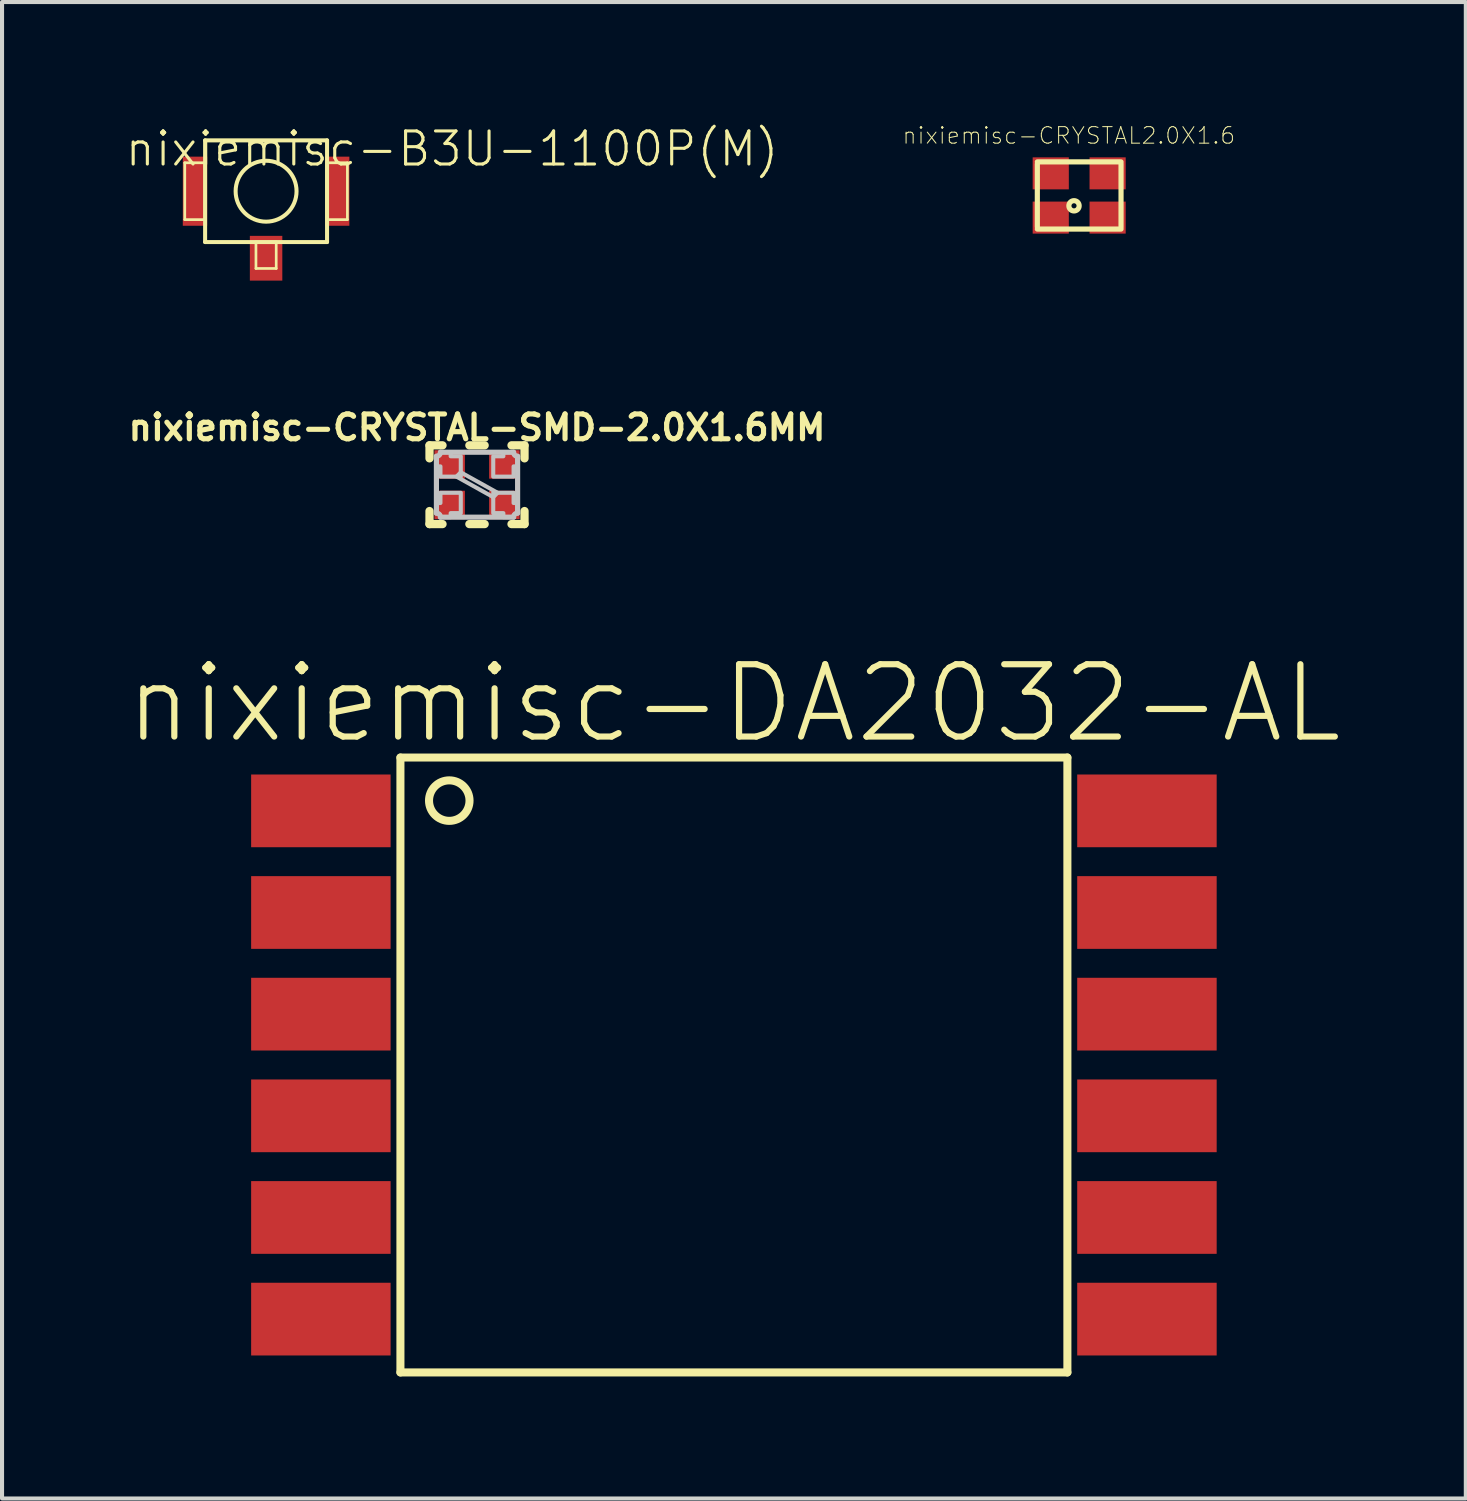
<source format=kicad_pcb>
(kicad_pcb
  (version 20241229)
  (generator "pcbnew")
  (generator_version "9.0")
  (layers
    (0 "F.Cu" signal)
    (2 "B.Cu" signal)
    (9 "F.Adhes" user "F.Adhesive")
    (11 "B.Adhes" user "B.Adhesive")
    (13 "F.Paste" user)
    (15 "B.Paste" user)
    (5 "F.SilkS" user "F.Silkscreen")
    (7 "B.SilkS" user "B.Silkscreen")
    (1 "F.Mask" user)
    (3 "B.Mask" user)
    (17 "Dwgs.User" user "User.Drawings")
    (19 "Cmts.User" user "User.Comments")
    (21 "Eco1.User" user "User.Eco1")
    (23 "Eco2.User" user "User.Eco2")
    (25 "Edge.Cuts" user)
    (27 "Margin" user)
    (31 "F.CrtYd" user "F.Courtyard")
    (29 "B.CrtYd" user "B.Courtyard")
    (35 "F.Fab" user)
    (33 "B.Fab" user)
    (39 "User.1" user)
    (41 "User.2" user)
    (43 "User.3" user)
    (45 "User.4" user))
  (footprint "nixiemisc-B3U-1100P(M)"
    (layer "F.Cu")
    (at 3.492 1.651)
    (property "Reference" "nixiemisc-B3U-1100P(M)" (at 4.572 -1.041 0) (layer "F.SilkS") (effects (font (size 0.813 0.813) (thickness 0.076))))
    (attr smd)
    (fp_line (start -2.05 -0.848) (end -1.448 -0.848) (stroke (width 0.066) (type solid)) (layer "F.Mask"))
    (fp_line (start -2.05 0.848) (end -2.05 -0.848) (stroke (width 0.066) (type solid)) (layer "F.Mask"))
    (fp_line (start -2.05 0.848) (end -1.448 0.848) (stroke (width 0.066) (type solid)) (layer "F.Mask"))
    (fp_line (start -1.448 0.848) (end -1.448 -0.848) (stroke (width 0.066) (type solid)) (layer "F.Mask"))
    (fp_line (start -0.399 1.1) (end 0.399 1.1) (stroke (width 0.066) (type solid)) (layer "F.Mask"))
    (fp_line (start -0.399 2.2) (end -0.399 1.1) (stroke (width 0.066) (type solid)) (layer "F.Mask"))
    (fp_line (start -0.399 2.2) (end 0.399 2.2) (stroke (width 0.066) (type solid)) (layer "F.Mask"))
    (fp_line (start 0.399 2.2) (end 0.399 1.1) (stroke (width 0.066) (type solid)) (layer "F.Mask"))
    (fp_line (start 1.448 -0.848) (end 2.05 -0.848) (stroke (width 0.066) (type solid)) (layer "F.Mask"))
    (fp_line (start 1.448 0.848) (end 1.448 -0.848) (stroke (width 0.066) (type solid)) (layer "F.Mask"))
    (fp_line (start 1.448 0.848) (end 2.05 0.848) (stroke (width 0.066) (type solid)) (layer "F.Mask"))
    (fp_line (start 2.05 0.848) (end 2.05 -0.848) (stroke (width 0.066) (type solid)) (layer "F.Mask"))
    (fp_line (start -1.999 -0.699) (end -1.499 -0.699) (stroke (width 0.066) (type solid)) (layer "F.SilkS"))
    (fp_line (start -1.999 0.699) (end -1.999 -0.699) (stroke (width 0.066) (type solid)) (layer "F.SilkS"))
    (fp_line (start -1.999 0.699) (end -1.499 0.699) (stroke (width 0.066) (type solid)) (layer "F.SilkS"))
    (fp_line (start -1.499 -1.25) (end 1.499 -1.25) (stroke (width 0.099) (type solid)) (layer "F.SilkS"))
    (fp_line (start -1.499 0.699) (end -1.499 -0.699) (stroke (width 0.066) (type solid)) (layer "F.SilkS"))
    (fp_line (start -1.499 1.25) (end -1.499 -1.25) (stroke (width 0.099) (type solid)) (layer "F.SilkS"))
    (fp_line (start -0.249 1.25) (end 0.249 1.25) (stroke (width 0.066) (type solid)) (layer "F.SilkS"))
    (fp_line (start -0.249 1.9) (end -0.249 1.25) (stroke (width 0.066) (type solid)) (layer "F.SilkS"))
    (fp_line (start -0.249 1.9) (end 0.249 1.9) (stroke (width 0.066) (type solid)) (layer "F.SilkS"))
    (fp_line (start 0.249 1.9) (end 0.249 1.25) (stroke (width 0.066) (type solid)) (layer "F.SilkS"))
    (fp_line (start 1.499 -1.25) (end 1.499 1.25) (stroke (width 0.099) (type solid)) (layer "F.SilkS"))
    (fp_line (start 1.499 -0.699) (end 1.499 0.699) (stroke (width 0.066) (type solid)) (layer "F.SilkS"))
    (fp_line (start 1.499 1.25) (end -1.499 1.25) (stroke (width 0.099) (type solid)) (layer "F.SilkS"))
    (fp_line (start 1.999 -0.699) (end 1.499 -0.699) (stroke (width 0.066) (type solid)) (layer "F.SilkS"))
    (fp_line (start 1.999 -0.699) (end 1.999 0.699) (stroke (width 0.066) (type solid)) (layer "F.SilkS"))
    (fp_line (start 1.999 0.699) (end 1.499 0.699) (stroke (width 0.066) (type solid)) (layer "F.SilkS"))
    (fp_circle (center 0 0) (end 0 -0.749) (stroke (width 0.099) (type solid)) (fill no) (layer "F.SilkS"))
    (pad "1" smd rect (at -1.748 0) (size 0.599 1.699) (layers "F.Cu" "F.Mask" "F.Paste"))
    (pad "2" smd rect (at 1.748 0) (size 0.599 1.699) (layers "F.Cu" "F.Mask" "F.Paste"))
    (pad "GND" smd rect (at 0 1.648) (size 0.798 1.1) (layers "F.Cu" "F.Mask" "F.Paste")))
  (footprint "nixiemisc-CRYSTAL-SMD-2.0X1.6MM"
    (layer "F.Cu")
    (at 8.678 8.867)
    (property "Reference" "nixiemisc-CRYSTAL-SMD-2.0X1.6MM" (at 0 -1.405 0) (layer "F.SilkS") (effects (font (size 0.61 0.61) (thickness 0.127))))
    (attr smd)
    (fp_line (start -1.168 -0.648) (end -1.168 -0.968) (stroke (width 0.203) (type solid)) (layer "F.SilkS"))
    (fp_line (start -1.168 0.648) (end -1.168 0.968) (stroke (width 0.203) (type solid)) (layer "F.SilkS"))
    (fp_line (start -0.848 -0.968) (end -1.168 -0.968) (stroke (width 0.203) (type solid)) (layer "F.SilkS"))
    (fp_line (start -0.848 0.968) (end -1.168 0.968) (stroke (width 0.203) (type solid)) (layer "F.SilkS"))
    (fp_line (start -0.188 0.968) (end 0.188 0.968) (stroke (width 0.203) (type solid)) (layer "F.SilkS"))
    (fp_line (start 0.188 -0.968) (end -0.188 -0.968) (stroke (width 0.203) (type solid)) (layer "F.SilkS"))
    (fp_line (start 0.848 -0.968) (end 1.168 -0.968) (stroke (width 0.203) (type solid)) (layer "F.SilkS"))
    (fp_line (start 0.848 0.968) (end 1.168 0.968) (stroke (width 0.203) (type solid)) (layer "F.SilkS"))
    (fp_line (start 1.168 -0.648) (end 1.168 -0.968) (stroke (width 0.203) (type solid)) (layer "F.SilkS"))
    (fp_line (start 1.168 0.648) (end 1.168 0.968) (stroke (width 0.203) (type solid)) (layer "F.SilkS"))
    (fp_line (start -0.998 -0.699) (end -0.998 0.699) (stroke (width 0.127) (type solid)) (layer "Dwgs.User"))
    (fp_line (start -0.899 0.798) (end 0.899 0.798) (stroke (width 0.127) (type solid)) (layer "Dwgs.User"))
    (fp_line (start 0.899 -0.798) (end -0.899 -0.798) (stroke (width 0.127) (type solid)) (layer "Dwgs.User"))
    (fp_line (start 0.998 0.699) (end 0.998 -0.699) (stroke (width 0.127) (type solid)) (layer "Dwgs.User"))
    (fp_arc (start -0.99822 0.6985) (mid -0.928174 0.727514) (end -0.89916 0.79756) (stroke (width 0.127) (type solid)) (layer "Dwgs.User"))
    (fp_arc (start -0.89916 -0.79756) (mid -0.928174 -0.727514) (end -0.99822 -0.6985) (stroke (width 0.127) (type solid)) (layer "Dwgs.User"))
    (fp_arc (start 0.89916 0.79756) (mid 0.928174 0.727514) (end 0.99822 0.6985) (stroke (width 0.127) (type solid)) (layer "Dwgs.User"))
    (fp_arc (start 0.99822 -0.6985) (mid 0.928174 -0.727514) (end 0.89916 -0.79756) (stroke (width 0.127) (type solid)) (layer "Dwgs.User"))
    (fp_poly (pts (xy 0.505 0.198) (xy -0.399 -0.305) (xy -0.505 -0.198) (xy 0.399 0.305) (xy 0.505 0.198)) (stroke (width 0.1) (type solid)) (fill no) (layer "Dwgs.User"))
    (fp_poly (pts (xy -0.399 -0.198) (xy -0.399 -0.699) (xy -0.648 -0.699) (xy -0.648 -0.798) (xy -0.899 -0.798) (xy -0.904 -0.767) (xy -0.917 -0.739) (xy -0.94 -0.719) (xy -0.968 -0.704) (xy -0.998 -0.699) (xy -0.998 -0.45) (xy -0.899 -0.45) (xy -0.899 -0.198) (xy -0.399 -0.198)) (stroke (width 0.1) (type solid)) (fill no) (layer "Dwgs.User"))
    (fp_poly (pts (xy -0.399 0.198) (xy -0.399 0.699) (xy -0.648 0.699) (xy -0.648 0.798) (xy -0.899 0.798) (xy -0.904 0.767) (xy -0.917 0.739) (xy -0.94 0.719) (xy -0.968 0.704) (xy -0.998 0.699) (xy -0.998 0.45) (xy -0.899 0.45) (xy -0.899 0.198) (xy -0.399 0.198)) (stroke (width 0.1) (type solid)) (fill no) (layer "Dwgs.User"))
    (fp_poly (pts (xy 0.399 -0.198) (xy 0.399 -0.699) (xy 0.648 -0.699) (xy 0.648 -0.798) (xy 0.899 -0.798) (xy 0.904 -0.767) (xy 0.917 -0.739) (xy 0.94 -0.719) (xy 0.968 -0.704) (xy 0.998 -0.699) (xy 0.998 -0.45) (xy 0.899 -0.45) (xy 0.899 -0.198) (xy 0.399 -0.198)) (stroke (width 0.1) (type solid)) (fill no) (layer "Dwgs.User"))
    (fp_poly (pts (xy 0.399 0.198) (xy 0.399 0.699) (xy 0.648 0.699) (xy 0.648 0.798) (xy 0.899 0.798) (xy 0.904 0.767) (xy 0.917 0.739) (xy 0.94 0.719) (xy 0.968 0.704) (xy 0.998 0.699) (xy 0.998 0.45) (xy 0.899 0.45) (xy 0.899 0.198) (xy 0.399 0.198)) (stroke (width 0.1) (type solid)) (fill no) (layer "Dwgs.User"))
    (pad "1" smd rect (at -0.673 0.498) (size 0.749 0.699) (layers "F.Cu" "F.Mask" "F.Paste"))
    (pad "2" smd rect (at 0.673 0.498 180) (size 0.749 0.699) (layers "F.Cu" "F.Mask" "F.Paste"))
    (pad "3" smd rect (at 0.673 -0.498 180) (size 0.749 0.699) (layers "F.Cu" "F.Mask" "F.Paste"))
    (pad "4" smd rect (at -0.673 -0.498) (size 0.749 0.699) (layers "F.Cu" "F.Mask" "F.Paste")))
  (footprint "nixiemisc-DA2032-AL"
    (layer "F.Cu")
    (at 14.994 23.134)
    (property "Reference" "nixiemisc-DA2032-AL" (at 0 -8.89 0) (layer "F.SilkS") (effects (font (size 1.778 1.778) (thickness 0.152))))
    (attr smd)
    (fp_line (start -8.199 -7.559) (end 8.199 -7.559) (stroke (width 0.198) (type solid)) (layer "F.SilkS"))
    (fp_line (start -8.199 7.559) (end -8.199 -7.559) (stroke (width 0.198) (type solid)) (layer "F.SilkS"))
    (fp_line (start 8.199 -7.559) (end 8.199 7.559) (stroke (width 0.198) (type solid)) (layer "F.SilkS"))
    (fp_line (start 8.199 7.559) (end -8.199 7.559) (stroke (width 0.198) (type solid)) (layer "F.SilkS"))
    (fp_circle (center -6.998 -6.5) (end -6.998 -6.998) (stroke (width 0.198) (type solid)) (fill no) (layer "F.SilkS"))
    (pad "P$1" smd rect (at -10.155 -6.248) (size 3.429 1.788) (layers "F.Cu" "F.Mask" "F.Paste"))
    (pad "P$2" smd rect (at -10.155 -3.749) (size 3.429 1.788) (layers "F.Cu" "F.Mask" "F.Paste"))
    (pad "P$3" smd rect (at -10.155 -1.25) (size 3.429 1.788) (layers "F.Cu" "F.Mask" "F.Paste"))
    (pad "P$4" smd rect (at -10.155 1.25) (size 3.429 1.788) (layers "F.Cu" "F.Mask" "F.Paste"))
    (pad "P$5" smd rect (at -10.155 3.749) (size 3.429 1.788) (layers "F.Cu" "F.Mask" "F.Paste"))
    (pad "P$6" smd rect (at -10.155 6.248) (size 3.429 1.788) (layers "F.Cu" "F.Mask" "F.Paste"))
    (pad "P$7" smd rect (at 10.155 6.248) (size 3.429 1.788) (layers "F.Cu" "F.Mask" "F.Paste"))
    (pad "P$8" smd rect (at 10.155 3.749) (size 3.429 1.788) (layers "F.Cu" "F.Mask" "F.Paste"))
    (pad "P$9" smd rect (at 10.155 1.25) (size 3.429 1.788) (layers "F.Cu" "F.Mask" "F.Paste"))
    (pad "P$10" smd rect (at 10.155 -1.25) (size 3.429 1.788) (layers "F.Cu" "F.Mask" "F.Paste"))
    (pad "P$11" smd rect (at 10.155 -3.749) (size 3.429 1.788) (layers "F.Cu" "F.Mask" "F.Paste"))
    (pad "P$12" smd rect (at 10.155 -6.248) (size 3.429 1.788) (layers "F.Cu" "F.Mask" "F.Paste")))
  (footprint "nixiemisc-CRYSTAL2.0X1.6"
    (layer "F.Cu")
    (at 23.483 1.756)
    (property "Reference" "nixiemisc-CRYSTAL2.0X1.6" (at -0.254 -1.473 0) (layer "F.SilkS") (effects (font (size 0.406 0.406) (thickness 0.025))))
    (attr smd)
    (fp_line (start -1.029 -0.826) (end 1.029 -0.826) (stroke (width 0.127) (type solid)) (layer "F.SilkS"))
    (fp_line (start -1.029 -0.775) (end -1.029 0.775) (stroke (width 0.127) (type solid)) (layer "F.SilkS"))
    (fp_line (start -1.029 0.826) (end 1.029 0.826) (stroke (width 0.127) (type solid)) (layer "F.SilkS"))
    (fp_line (start 1.029 -0.775) (end 1.029 0.775) (stroke (width 0.127) (type solid)) (layer "F.SilkS"))
    (fp_circle (center -0.127 0.254) (end -0.127 0.191) (stroke (width 0.127) (type solid)) (fill no) (layer "F.SilkS"))
    (pad "1" smd rect (at -0.699 0.544) (size 0.889 0.787) (layers "F.Cu" "F.Mask" "F.Paste"))
    (pad "2" smd rect (at 0.699 0.544) (size 0.889 0.787) (layers "F.Cu" "F.Mask" "F.Paste"))
    (pad "3" smd rect (at 0.699 -0.544) (size 0.889 0.787) (layers "F.Cu" "F.Mask" "F.Paste"))
    (pad "4" smd rect (at -0.699 -0.544) (size 0.889 0.787) (layers "F.Cu" "F.Mask" "F.Paste")))
  (gr_rect
    (start -3 -3)
    (end 32.989 33.792)
    (stroke (width 0.1) (type default))
    (fill no)
    (layer "Edge.Cuts")))
</source>
